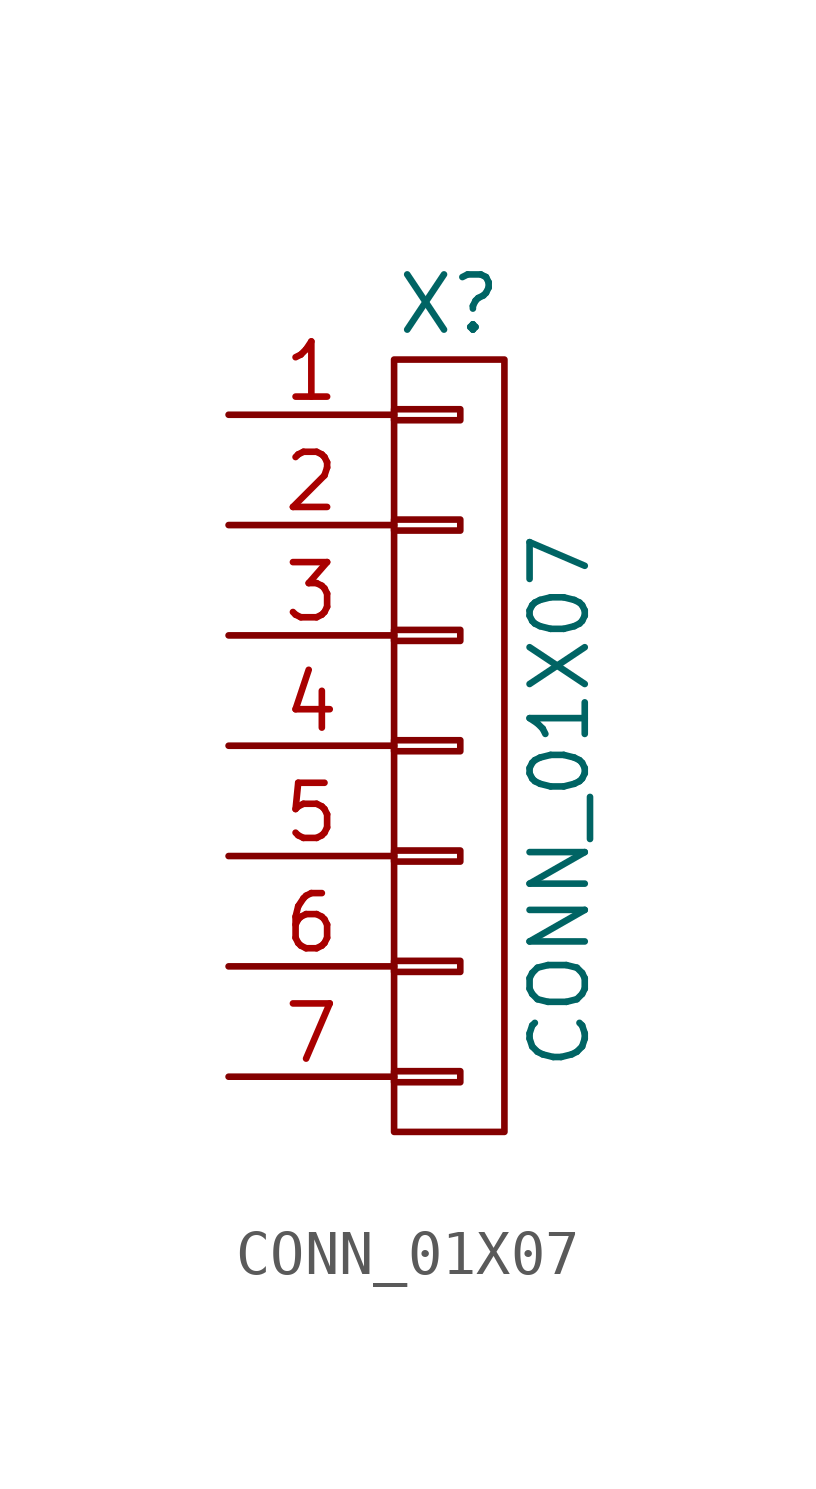
<source format=kicad_sym>
(kicad_symbol_lib
  (version 20211014)
  (generator kicad_symbol_editor)
  (symbol "CONN_01X07"
    (pin_names
      (offset 1.016) hide)
    (property "Reference" "X"
      (at 0 10.16 0)
      (effects (font (size 1.27 1.27))))
    (property "Value" "CONN_01X07"
      (at 2.54 -1.27 90)
      (effects (font (size 1.27 1.27))))
    (property "Footprint" ""
      (at 0 -1.27 0)
      (effects (font (size 1.27 1.27))))
    (property "Datasheet" ""
      (at 0 -1.27 0)
      (effects (font (size 1.27 1.27))))
    (symbol "CONN_01X07_0_1"
      (rectangle (start -1.27 -8.89) (end 1.27 8.89) (stroke (width 0) (type default) (color 0 0 0 0)) (fill (type none)))
      (rectangle (start -1.27 -7.493) (end 0.254 -7.747) (stroke (width 0) (type default) (color 0 0 0 0)) (fill (type none)))
      (rectangle (start -1.27 -4.953) (end 0.254 -5.207) (stroke (width 0) (type default) (color 0 0 0 0)) (fill (type none)))
      (rectangle (start -1.27 -2.413) (end 0.254 -2.667) (stroke (width 0) (type default) (color 0 0 0 0)) (fill (type none)))
      (rectangle (start -1.27 0.127) (end 0.254 -0.127) (stroke (width 0) (type default) (color 0 0 0 0)) (fill (type none)))
      (rectangle (start -1.27 2.667) (end 0.254 2.413) (stroke (width 0) (type default) (color 0 0 0 0)) (fill (type none)))
      (rectangle (start -1.27 5.207) (end 0.254 4.953) (stroke (width 0) (type default) (color 0 0 0 0)) (fill (type none)))
      (rectangle (start -1.27 7.747) (end 0.254 7.493) (stroke (width 0) (type default) (color 0 0 0 0)) (fill (type none))))
    (symbol "CONN_01X07_1_1"
      (pin passive line (at -5.08 7.62 0) (length 3.81) (name "P1" (effects (font (size 1.27 1.27)))) (number "1" (effects (font (size 1.27 1.27)))))
      (pin passive line (at -5.08 5.08 0) (length 3.81) (name "P2" (effects (font (size 1.27 1.27)))) (number "2" (effects (font (size 1.27 1.27)))))
      (pin passive line (at -5.08 2.54 0) (length 3.81) (name "P3" (effects (font (size 1.27 1.27)))) (number "3" (effects (font (size 1.27 1.27)))))
      (pin passive line (at -5.08 0 0) (length 3.81) (name "P4" (effects (font (size 1.27 1.27)))) (number "4" (effects (font (size 1.27 1.27)))))
      (pin passive line (at -5.08 -2.54 0) (length 3.81) (name "P5" (effects (font (size 1.27 1.27)))) (number "5" (effects (font (size 1.27 1.27)))))
      (pin passive line (at -5.08 -5.08 0) (length 3.81) (name "P6" (effects (font (size 1.27 1.27)))) (number "6" (effects (font (size 1.27 1.27)))))
      (pin passive line (at -5.08 -7.62 0) (length 3.81) (name "P7" (effects (font (size 1.27 1.27)))) (number "7" (effects (font (size 1.27 1.27))))))))
</source>
